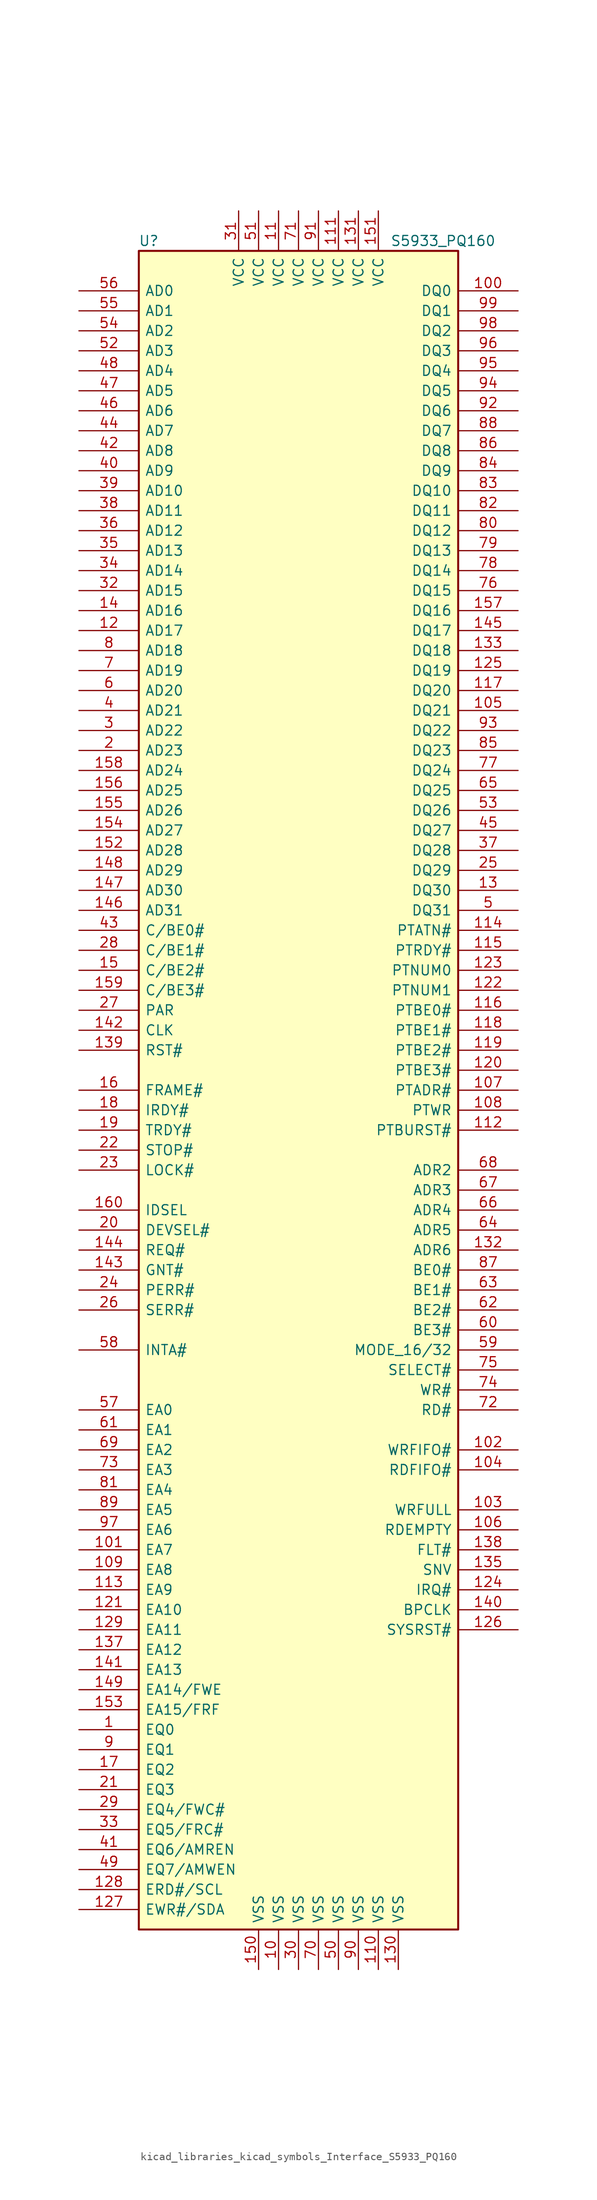
<source format=kicad_sym>
(kicad_symbol_lib
  (version 20220914)
  (generator kicad_symbol_editor)
  (symbol "kicad_libraries_kicad_symbols_Interface_S5933_PQ160"
    (pin_names
      (offset 0.762))
    (property "Reference" "U"
      (at -19.05 107.95 0)
      (effects (font (size 1.27 1.27))))
    (property "Value" "S5933_PQ160"
      (at 11.684 107.95 0)
      (effects (font (size 1.27 1.27)) (justify left)))
    (symbol "kicad_libraries_kicad_symbols_Interface_S5933_PQ160_0_0"
      (pin power_in line (at -2.54 -111.76 90) (length 5.08) (name "VSS" (effects (font (size 1.27 1.27)))) (number "10" (effects (font (size 1.27 1.27)))))
      (pin power_in line (at 10.16 -111.76 90) (length 5.08) (name "VSS" (effects (font (size 1.27 1.27)))) (number "110" (effects (font (size 1.27 1.27)))))
      (pin power_in line (at 5.08 111.76 270) (length 5.08) (name "VCC" (effects (font (size 1.27 1.27)))) (number "111" (effects (font (size 1.27 1.27)))))
      (pin power_in line (at 12.7 -111.76 90) (length 5.08) (name "VSS" (effects (font (size 1.27 1.27)))) (number "130" (effects (font (size 1.27 1.27)))))
      (pin power_in line (at 7.62 111.76 270) (length 5.08) (name "VCC" (effects (font (size 1.27 1.27)))) (number "131" (effects (font (size 1.27 1.27)))))
      (pin power_in line (at -5.08 -111.76 90) (length 5.08) (name "VSS" (effects (font (size 1.27 1.27)))) (number "150" (effects (font (size 1.27 1.27)))))
      (pin power_in line (at 10.16 111.76 270) (length 5.08) (name "VCC" (effects (font (size 1.27 1.27)))) (number "151" (effects (font (size 1.27 1.27)))))
      (pin power_in line (at 0 -111.76 90) (length 5.08) (name "VSS" (effects (font (size 1.27 1.27)))) (number "30" (effects (font (size 1.27 1.27)))))
      (pin power_in line (at -7.62 111.76 270) (length 5.08) (name "VCC" (effects (font (size 1.27 1.27)))) (number "31" (effects (font (size 1.27 1.27)))))
      (pin power_in line (at 5.08 -111.76 90) (length 5.08) (name "VSS" (effects (font (size 1.27 1.27)))) (number "50" (effects (font (size 1.27 1.27)))))
      (pin power_in line (at -5.08 111.76 270) (length 5.08) (name "VCC" (effects (font (size 1.27 1.27)))) (number "51" (effects (font (size 1.27 1.27)))))
      (pin power_in line (at 2.54 -111.76 90) (length 5.08) (name "VSS" (effects (font (size 1.27 1.27)))) (number "70" (effects (font (size 1.27 1.27)))))
      (pin power_in line (at 0 111.76 270) (length 5.08) (name "VCC" (effects (font (size 1.27 1.27)))) (number "71" (effects (font (size 1.27 1.27)))))
      (pin power_in line (at 7.62 -111.76 90) (length 5.08) (name "VSS" (effects (font (size 1.27 1.27)))) (number "90" (effects (font (size 1.27 1.27)))))
      (pin power_in line (at 2.54 111.76 270) (length 5.08) (name "VCC" (effects (font (size 1.27 1.27)))) (number "91" (effects (font (size 1.27 1.27))))))
    (symbol "kicad_libraries_kicad_symbols_Interface_S5933_PQ160_0_1"
      (rectangle (start -20.32 106.68) (end 20.32 -106.68) (stroke (width 0.254) (type default)) (fill (type background))))
    (symbol "kicad_libraries_kicad_symbols_Interface_S5933_PQ160_1_0"
      (pin power_in line (at -2.54 111.76 270) (length 5.08) (name "VCC" (effects (font (size 1.27 1.27)))) (number "11" (effects (font (size 1.27 1.27))))))
    (symbol "kicad_libraries_kicad_symbols_Interface_S5933_PQ160_1_1"
      (pin bidirectional line (at -27.94 -81.28 0) (length 7.62) (name "EQ0" (effects (font (size 1.27 1.27)))) (number "1" (effects (font (size 1.27 1.27)))))
      (pin bidirectional line (at 27.94 101.6 180) (length 7.62) (name "DQ0" (effects (font (size 1.27 1.27)))) (number "100" (effects (font (size 1.27 1.27)))))
      (pin bidirectional line (at -27.94 -58.42 0) (length 7.62) (name "EA7" (effects (font (size 1.27 1.27)))) (number "101" (effects (font (size 1.27 1.27)))))
      (pin input line (at 27.94 -45.72 180) (length 7.62) (name "WRFIFO#" (effects (font (size 1.27 1.27)))) (number "102" (effects (font (size 1.27 1.27)))))
      (pin output line (at 27.94 -53.34 180) (length 7.62) (name "WRFULL" (effects (font (size 1.27 1.27)))) (number "103" (effects (font (size 1.27 1.27)))))
      (pin input line (at 27.94 -48.26 180) (length 7.62) (name "RDFIFO#" (effects (font (size 1.27 1.27)))) (number "104" (effects (font (size 1.27 1.27)))))
      (pin bidirectional line (at 27.94 48.26 180) (length 7.62) (name "DQ21" (effects (font (size 1.27 1.27)))) (number "105" (effects (font (size 1.27 1.27)))))
      (pin output line (at 27.94 -55.88 180) (length 7.62) (name "RDEMPTY" (effects (font (size 1.27 1.27)))) (number "106" (effects (font (size 1.27 1.27)))))
      (pin input line (at 27.94 0 180) (length 7.62) (name "PTADR#" (effects (font (size 1.27 1.27)))) (number "107" (effects (font (size 1.27 1.27)))))
      (pin output line (at 27.94 -2.54 180) (length 7.62) (name "PTWR" (effects (font (size 1.27 1.27)))) (number "108" (effects (font (size 1.27 1.27)))))
      (pin bidirectional line (at -27.94 -60.96 0) (length 7.62) (name "EA8" (effects (font (size 1.27 1.27)))) (number "109" (effects (font (size 1.27 1.27)))))
      (pin output line (at 27.94 -5.08 180) (length 7.62) (name "PTBURST#" (effects (font (size 1.27 1.27)))) (number "112" (effects (font (size 1.27 1.27)))))
      (pin output line (at -27.94 -63.5 0) (length 7.62) (name "EA9" (effects (font (size 1.27 1.27)))) (number "113" (effects (font (size 1.27 1.27)))))
      (pin output line (at 27.94 20.32 180) (length 7.62) (name "PTATN#" (effects (font (size 1.27 1.27)))) (number "114" (effects (font (size 1.27 1.27)))))
      (pin input line (at 27.94 17.78 180) (length 7.62) (name "PTRDY#" (effects (font (size 1.27 1.27)))) (number "115" (effects (font (size 1.27 1.27)))))
      (pin output line (at 27.94 10.16 180) (length 7.62) (name "PTBE0#" (effects (font (size 1.27 1.27)))) (number "116" (effects (font (size 1.27 1.27)))))
      (pin bidirectional line (at 27.94 50.8 180) (length 7.62) (name "DQ20" (effects (font (size 1.27 1.27)))) (number "117" (effects (font (size 1.27 1.27)))))
      (pin output line (at 27.94 7.62 180) (length 7.62) (name "PTBE1#" (effects (font (size 1.27 1.27)))) (number "118" (effects (font (size 1.27 1.27)))))
      (pin output line (at 27.94 5.08 180) (length 7.62) (name "PTBE2#" (effects (font (size 1.27 1.27)))) (number "119" (effects (font (size 1.27 1.27)))))
      (pin bidirectional line (at -27.94 58.42 0) (length 7.62) (name "AD17" (effects (font (size 1.27 1.27)))) (number "12" (effects (font (size 1.27 1.27)))))
      (pin output line (at 27.94 2.54 180) (length 7.62) (name "PTBE3#" (effects (font (size 1.27 1.27)))) (number "120" (effects (font (size 1.27 1.27)))))
      (pin output line (at -27.94 -66.04 0) (length 7.62) (name "EA10" (effects (font (size 1.27 1.27)))) (number "121" (effects (font (size 1.27 1.27)))))
      (pin output line (at 27.94 12.7 180) (length 7.62) (name "PTNUM1" (effects (font (size 1.27 1.27)))) (number "122" (effects (font (size 1.27 1.27)))))
      (pin output line (at 27.94 15.24 180) (length 7.62) (name "PTNUM0" (effects (font (size 1.27 1.27)))) (number "123" (effects (font (size 1.27 1.27)))))
      (pin output line (at 27.94 -63.5 180) (length 7.62) (name "IRQ#" (effects (font (size 1.27 1.27)))) (number "124" (effects (font (size 1.27 1.27)))))
      (pin bidirectional line (at 27.94 53.34 180) (length 7.62) (name "DQ19" (effects (font (size 1.27 1.27)))) (number "125" (effects (font (size 1.27 1.27)))))
      (pin output line (at 27.94 -68.58 180) (length 7.62) (name "SYSRST#" (effects (font (size 1.27 1.27)))) (number "126" (effects (font (size 1.27 1.27)))))
      (pin bidirectional line (at -27.94 -104.14 0) (length 7.62) (name "EWR#/SDA" (effects (font (size 1.27 1.27)))) (number "127" (effects (font (size 1.27 1.27)))))
      (pin output line (at -27.94 -101.6 0) (length 7.62) (name "ERD#/SCL" (effects (font (size 1.27 1.27)))) (number "128" (effects (font (size 1.27 1.27)))))
      (pin output line (at -27.94 -68.58 0) (length 7.62) (name "EA11" (effects (font (size 1.27 1.27)))) (number "129" (effects (font (size 1.27 1.27)))))
      (pin bidirectional line (at 27.94 25.4 180) (length 7.62) (name "DQ30" (effects (font (size 1.27 1.27)))) (number "13" (effects (font (size 1.27 1.27)))))
      (pin input line (at 27.94 -20.32 180) (length 7.62) (name "ADR6" (effects (font (size 1.27 1.27)))) (number "132" (effects (font (size 1.27 1.27)))))
      (pin bidirectional line (at 27.94 55.88 180) (length 7.62) (name "DQ18" (effects (font (size 1.27 1.27)))) (number "133" (effects (font (size 1.27 1.27)))))
      (pin input line (at 27.94 -60.96 180) (length 7.62) (name "SNV" (effects (font (size 1.27 1.27)))) (number "135" (effects (font (size 1.27 1.27)))))
      (pin output line (at -27.94 -71.12 0) (length 7.62) (name "EA12" (effects (font (size 1.27 1.27)))) (number "137" (effects (font (size 1.27 1.27)))))
      (pin input line (at 27.94 -58.42 180) (length 7.62) (name "FLT#" (effects (font (size 1.27 1.27)))) (number "138" (effects (font (size 1.27 1.27)))))
      (pin input line (at -27.94 5.08 0) (length 7.62) (name "RST#" (effects (font (size 1.27 1.27)))) (number "139" (effects (font (size 1.27 1.27)))))
      (pin bidirectional line (at -27.94 60.96 0) (length 7.62) (name "AD16" (effects (font (size 1.27 1.27)))) (number "14" (effects (font (size 1.27 1.27)))))
      (pin output line (at 27.94 -66.04 180) (length 7.62) (name "BPCLK" (effects (font (size 1.27 1.27)))) (number "140" (effects (font (size 1.27 1.27)))))
      (pin output line (at -27.94 -73.66 0) (length 7.62) (name "EA13" (effects (font (size 1.27 1.27)))) (number "141" (effects (font (size 1.27 1.27)))))
      (pin input line (at -27.94 7.62 0) (length 7.62) (name "CLK" (effects (font (size 1.27 1.27)))) (number "142" (effects (font (size 1.27 1.27)))))
      (pin input line (at -27.94 -22.86 0) (length 7.62) (name "GNT#" (effects (font (size 1.27 1.27)))) (number "143" (effects (font (size 1.27 1.27)))))
      (pin output line (at -27.94 -20.32 0) (length 7.62) (name "REQ#" (effects (font (size 1.27 1.27)))) (number "144" (effects (font (size 1.27 1.27)))))
      (pin bidirectional line (at 27.94 58.42 180) (length 7.62) (name "DQ17" (effects (font (size 1.27 1.27)))) (number "145" (effects (font (size 1.27 1.27)))))
      (pin bidirectional line (at -27.94 22.86 0) (length 7.62) (name "AD31" (effects (font (size 1.27 1.27)))) (number "146" (effects (font (size 1.27 1.27)))))
      (pin bidirectional line (at -27.94 25.4 0) (length 7.62) (name "AD30" (effects (font (size 1.27 1.27)))) (number "147" (effects (font (size 1.27 1.27)))))
      (pin bidirectional line (at -27.94 27.94 0) (length 7.62) (name "AD29" (effects (font (size 1.27 1.27)))) (number "148" (effects (font (size 1.27 1.27)))))
      (pin bidirectional line (at -27.94 -76.2 0) (length 7.62) (name "EA14/FWE" (effects (font (size 1.27 1.27)))) (number "149" (effects (font (size 1.27 1.27)))))
      (pin bidirectional line (at -27.94 15.24 0) (length 7.62) (name "C/BE2#" (effects (font (size 1.27 1.27)))) (number "15" (effects (font (size 1.27 1.27)))))
      (pin bidirectional line (at -27.94 30.48 0) (length 7.62) (name "AD28" (effects (font (size 1.27 1.27)))) (number "152" (effects (font (size 1.27 1.27)))))
      (pin bidirectional line (at -27.94 -78.74 0) (length 7.62) (name "EA15/FRF" (effects (font (size 1.27 1.27)))) (number "153" (effects (font (size 1.27 1.27)))))
      (pin bidirectional line (at -27.94 33.02 0) (length 7.62) (name "AD27" (effects (font (size 1.27 1.27)))) (number "154" (effects (font (size 1.27 1.27)))))
      (pin bidirectional line (at -27.94 35.56 0) (length 7.62) (name "AD26" (effects (font (size 1.27 1.27)))) (number "155" (effects (font (size 1.27 1.27)))))
      (pin bidirectional line (at -27.94 38.1 0) (length 7.62) (name "AD25" (effects (font (size 1.27 1.27)))) (number "156" (effects (font (size 1.27 1.27)))))
      (pin bidirectional line (at 27.94 60.96 180) (length 7.62) (name "DQ16" (effects (font (size 1.27 1.27)))) (number "157" (effects (font (size 1.27 1.27)))))
      (pin bidirectional line (at -27.94 40.64 0) (length 7.62) (name "AD24" (effects (font (size 1.27 1.27)))) (number "158" (effects (font (size 1.27 1.27)))))
      (pin bidirectional line (at -27.94 12.7 0) (length 7.62) (name "C/BE3#" (effects (font (size 1.27 1.27)))) (number "159" (effects (font (size 1.27 1.27)))))
      (pin bidirectional line (at -27.94 0 0) (length 7.62) (name "FRAME#" (effects (font (size 1.27 1.27)))) (number "16" (effects (font (size 1.27 1.27)))))
      (pin input line (at -27.94 -15.24 0) (length 7.62) (name "IDSEL" (effects (font (size 1.27 1.27)))) (number "160" (effects (font (size 1.27 1.27)))))
      (pin bidirectional line (at -27.94 -86.36 0) (length 7.62) (name "EQ2" (effects (font (size 1.27 1.27)))) (number "17" (effects (font (size 1.27 1.27)))))
      (pin bidirectional line (at -27.94 -2.54 0) (length 7.62) (name "IRDY#" (effects (font (size 1.27 1.27)))) (number "18" (effects (font (size 1.27 1.27)))))
      (pin bidirectional line (at -27.94 -5.08 0) (length 7.62) (name "TRDY#" (effects (font (size 1.27 1.27)))) (number "19" (effects (font (size 1.27 1.27)))))
      (pin bidirectional line (at -27.94 43.18 0) (length 7.62) (name "AD23" (effects (font (size 1.27 1.27)))) (number "2" (effects (font (size 1.27 1.27)))))
      (pin bidirectional line (at -27.94 -17.78 0) (length 7.62) (name "DEVSEL#" (effects (font (size 1.27 1.27)))) (number "20" (effects (font (size 1.27 1.27)))))
      (pin bidirectional line (at -27.94 -88.9 0) (length 7.62) (name "EQ3" (effects (font (size 1.27 1.27)))) (number "21" (effects (font (size 1.27 1.27)))))
      (pin bidirectional line (at -27.94 -7.62 0) (length 7.62) (name "STOP#" (effects (font (size 1.27 1.27)))) (number "22" (effects (font (size 1.27 1.27)))))
      (pin input line (at -27.94 -10.16 0) (length 7.62) (name "LOCK#" (effects (font (size 1.27 1.27)))) (number "23" (effects (font (size 1.27 1.27)))))
      (pin bidirectional line (at -27.94 -25.4 0) (length 7.62) (name "PERR#" (effects (font (size 1.27 1.27)))) (number "24" (effects (font (size 1.27 1.27)))))
      (pin bidirectional line (at 27.94 27.94 180) (length 7.62) (name "DQ29" (effects (font (size 1.27 1.27)))) (number "25" (effects (font (size 1.27 1.27)))))
      (pin output line (at -27.94 -27.94 0) (length 7.62) (name "SERR#" (effects (font (size 1.27 1.27)))) (number "26" (effects (font (size 1.27 1.27)))))
      (pin bidirectional line (at -27.94 10.16 0) (length 7.62) (name "PAR" (effects (font (size 1.27 1.27)))) (number "27" (effects (font (size 1.27 1.27)))))
      (pin bidirectional line (at -27.94 17.78 0) (length 7.62) (name "C/BE1#" (effects (font (size 1.27 1.27)))) (number "28" (effects (font (size 1.27 1.27)))))
      (pin bidirectional line (at -27.94 -91.44 0) (length 7.62) (name "EQ4/FWC#" (effects (font (size 1.27 1.27)))) (number "29" (effects (font (size 1.27 1.27)))))
      (pin bidirectional line (at -27.94 45.72 0) (length 7.62) (name "AD22" (effects (font (size 1.27 1.27)))) (number "3" (effects (font (size 1.27 1.27)))))
      (pin bidirectional line (at -27.94 63.5 0) (length 7.62) (name "AD15" (effects (font (size 1.27 1.27)))) (number "32" (effects (font (size 1.27 1.27)))))
      (pin bidirectional line (at -27.94 -93.98 0) (length 7.62) (name "EQ5/FRC#" (effects (font (size 1.27 1.27)))) (number "33" (effects (font (size 1.27 1.27)))))
      (pin bidirectional line (at -27.94 66.04 0) (length 7.62) (name "AD14" (effects (font (size 1.27 1.27)))) (number "34" (effects (font (size 1.27 1.27)))))
      (pin bidirectional line (at -27.94 68.58 0) (length 7.62) (name "AD13" (effects (font (size 1.27 1.27)))) (number "35" (effects (font (size 1.27 1.27)))))
      (pin bidirectional line (at -27.94 71.12 0) (length 7.62) (name "AD12" (effects (font (size 1.27 1.27)))) (number "36" (effects (font (size 1.27 1.27)))))
      (pin bidirectional line (at 27.94 30.48 180) (length 7.62) (name "DQ28" (effects (font (size 1.27 1.27)))) (number "37" (effects (font (size 1.27 1.27)))))
      (pin bidirectional line (at -27.94 73.66 0) (length 7.62) (name "AD11" (effects (font (size 1.27 1.27)))) (number "38" (effects (font (size 1.27 1.27)))))
      (pin bidirectional line (at -27.94 76.2 0) (length 7.62) (name "AD10" (effects (font (size 1.27 1.27)))) (number "39" (effects (font (size 1.27 1.27)))))
      (pin bidirectional line (at -27.94 48.26 0) (length 7.62) (name "AD21" (effects (font (size 1.27 1.27)))) (number "4" (effects (font (size 1.27 1.27)))))
      (pin bidirectional line (at -27.94 78.74 0) (length 7.62) (name "AD9" (effects (font (size 1.27 1.27)))) (number "40" (effects (font (size 1.27 1.27)))))
      (pin bidirectional line (at -27.94 -96.52 0) (length 7.62) (name "EQ6/AMREN" (effects (font (size 1.27 1.27)))) (number "41" (effects (font (size 1.27 1.27)))))
      (pin bidirectional line (at -27.94 81.28 0) (length 7.62) (name "AD8" (effects (font (size 1.27 1.27)))) (number "42" (effects (font (size 1.27 1.27)))))
      (pin bidirectional line (at -27.94 20.32 0) (length 7.62) (name "C/BE0#" (effects (font (size 1.27 1.27)))) (number "43" (effects (font (size 1.27 1.27)))))
      (pin bidirectional line (at -27.94 83.82 0) (length 7.62) (name "AD7" (effects (font (size 1.27 1.27)))) (number "44" (effects (font (size 1.27 1.27)))))
      (pin bidirectional line (at 27.94 33.02 180) (length 7.62) (name "DQ27" (effects (font (size 1.27 1.27)))) (number "45" (effects (font (size 1.27 1.27)))))
      (pin bidirectional line (at -27.94 86.36 0) (length 7.62) (name "AD6" (effects (font (size 1.27 1.27)))) (number "46" (effects (font (size 1.27 1.27)))))
      (pin bidirectional line (at -27.94 88.9 0) (length 7.62) (name "AD5" (effects (font (size 1.27 1.27)))) (number "47" (effects (font (size 1.27 1.27)))))
      (pin bidirectional line (at -27.94 91.44 0) (length 7.62) (name "AD4" (effects (font (size 1.27 1.27)))) (number "48" (effects (font (size 1.27 1.27)))))
      (pin bidirectional line (at -27.94 -99.06 0) (length 7.62) (name "EQ7/AMWEN" (effects (font (size 1.27 1.27)))) (number "49" (effects (font (size 1.27 1.27)))))
      (pin bidirectional line (at 27.94 22.86 180) (length 7.62) (name "DQ31" (effects (font (size 1.27 1.27)))) (number "5" (effects (font (size 1.27 1.27)))))
      (pin bidirectional line (at -27.94 93.98 0) (length 7.62) (name "AD3" (effects (font (size 1.27 1.27)))) (number "52" (effects (font (size 1.27 1.27)))))
      (pin bidirectional line (at 27.94 35.56 180) (length 7.62) (name "DQ26" (effects (font (size 1.27 1.27)))) (number "53" (effects (font (size 1.27 1.27)))))
      (pin bidirectional line (at -27.94 96.52 0) (length 7.62) (name "AD2" (effects (font (size 1.27 1.27)))) (number "54" (effects (font (size 1.27 1.27)))))
      (pin bidirectional line (at -27.94 99.06 0) (length 7.62) (name "AD1" (effects (font (size 1.27 1.27)))) (number "55" (effects (font (size 1.27 1.27)))))
      (pin bidirectional line (at -27.94 101.6 0) (length 7.62) (name "AD0" (effects (font (size 1.27 1.27)))) (number "56" (effects (font (size 1.27 1.27)))))
      (pin bidirectional line (at -27.94 -40.64 0) (length 7.62) (name "EA0" (effects (font (size 1.27 1.27)))) (number "57" (effects (font (size 1.27 1.27)))))
      (pin output line (at -27.94 -33.02 0) (length 7.62) (name "INTA#" (effects (font (size 1.27 1.27)))) (number "58" (effects (font (size 1.27 1.27)))))
      (pin input line (at 27.94 -33.02 180) (length 7.62) (name "MODE_16/32" (effects (font (size 1.27 1.27)))) (number "59" (effects (font (size 1.27 1.27)))))
      (pin bidirectional line (at -27.94 50.8 0) (length 7.62) (name "AD20" (effects (font (size 1.27 1.27)))) (number "6" (effects (font (size 1.27 1.27)))))
      (pin input line (at 27.94 -30.48 180) (length 7.62) (name "BE3#" (effects (font (size 1.27 1.27)))) (number "60" (effects (font (size 1.27 1.27)))))
      (pin bidirectional line (at -27.94 -43.18 0) (length 7.62) (name "EA1" (effects (font (size 1.27 1.27)))) (number "61" (effects (font (size 1.27 1.27)))))
      (pin input line (at 27.94 -27.94 180) (length 7.62) (name "BE2#" (effects (font (size 1.27 1.27)))) (number "62" (effects (font (size 1.27 1.27)))))
      (pin input line (at 27.94 -25.4 180) (length 7.62) (name "BE1#" (effects (font (size 1.27 1.27)))) (number "63" (effects (font (size 1.27 1.27)))))
      (pin input line (at 27.94 -17.78 180) (length 7.62) (name "ADR5" (effects (font (size 1.27 1.27)))) (number "64" (effects (font (size 1.27 1.27)))))
      (pin bidirectional line (at 27.94 38.1 180) (length 7.62) (name "DQ25" (effects (font (size 1.27 1.27)))) (number "65" (effects (font (size 1.27 1.27)))))
      (pin input line (at 27.94 -15.24 180) (length 7.62) (name "ADR4" (effects (font (size 1.27 1.27)))) (number "66" (effects (font (size 1.27 1.27)))))
      (pin input line (at 27.94 -12.7 180) (length 7.62) (name "ADR3" (effects (font (size 1.27 1.27)))) (number "67" (effects (font (size 1.27 1.27)))))
      (pin input line (at 27.94 -10.16 180) (length 7.62) (name "ADR2" (effects (font (size 1.27 1.27)))) (number "68" (effects (font (size 1.27 1.27)))))
      (pin bidirectional line (at -27.94 -45.72 0) (length 7.62) (name "EA2" (effects (font (size 1.27 1.27)))) (number "69" (effects (font (size 1.27 1.27)))))
      (pin bidirectional line (at -27.94 53.34 0) (length 7.62) (name "AD19" (effects (font (size 1.27 1.27)))) (number "7" (effects (font (size 1.27 1.27)))))
      (pin input line (at 27.94 -40.64 180) (length 7.62) (name "RD#" (effects (font (size 1.27 1.27)))) (number "72" (effects (font (size 1.27 1.27)))))
      (pin bidirectional line (at -27.94 -48.26 0) (length 7.62) (name "EA3" (effects (font (size 1.27 1.27)))) (number "73" (effects (font (size 1.27 1.27)))))
      (pin input line (at 27.94 -38.1 180) (length 7.62) (name "WR#" (effects (font (size 1.27 1.27)))) (number "74" (effects (font (size 1.27 1.27)))))
      (pin input line (at 27.94 -35.56 180) (length 7.62) (name "SELECT#" (effects (font (size 1.27 1.27)))) (number "75" (effects (font (size 1.27 1.27)))))
      (pin bidirectional line (at 27.94 63.5 180) (length 7.62) (name "DQ15" (effects (font (size 1.27 1.27)))) (number "76" (effects (font (size 1.27 1.27)))))
      (pin bidirectional line (at 27.94 40.64 180) (length 7.62) (name "DQ24" (effects (font (size 1.27 1.27)))) (number "77" (effects (font (size 1.27 1.27)))))
      (pin bidirectional line (at 27.94 66.04 180) (length 7.62) (name "DQ14" (effects (font (size 1.27 1.27)))) (number "78" (effects (font (size 1.27 1.27)))))
      (pin bidirectional line (at 27.94 68.58 180) (length 7.62) (name "DQ13" (effects (font (size 1.27 1.27)))) (number "79" (effects (font (size 1.27 1.27)))))
      (pin bidirectional line (at -27.94 55.88 0) (length 7.62) (name "AD18" (effects (font (size 1.27 1.27)))) (number "8" (effects (font (size 1.27 1.27)))))
      (pin bidirectional line (at 27.94 71.12 180) (length 7.62) (name "DQ12" (effects (font (size 1.27 1.27)))) (number "80" (effects (font (size 1.27 1.27)))))
      (pin bidirectional line (at -27.94 -50.8 0) (length 7.62) (name "EA4" (effects (font (size 1.27 1.27)))) (number "81" (effects (font (size 1.27 1.27)))))
      (pin bidirectional line (at 27.94 73.66 180) (length 7.62) (name "DQ11" (effects (font (size 1.27 1.27)))) (number "82" (effects (font (size 1.27 1.27)))))
      (pin bidirectional line (at 27.94 76.2 180) (length 7.62) (name "DQ10" (effects (font (size 1.27 1.27)))) (number "83" (effects (font (size 1.27 1.27)))))
      (pin bidirectional line (at 27.94 78.74 180) (length 7.62) (name "DQ9" (effects (font (size 1.27 1.27)))) (number "84" (effects (font (size 1.27 1.27)))))
      (pin bidirectional line (at 27.94 43.18 180) (length 7.62) (name "DQ23" (effects (font (size 1.27 1.27)))) (number "85" (effects (font (size 1.27 1.27)))))
      (pin bidirectional line (at 27.94 81.28 180) (length 7.62) (name "DQ8" (effects (font (size 1.27 1.27)))) (number "86" (effects (font (size 1.27 1.27)))))
      (pin input line (at 27.94 -22.86 180) (length 7.62) (name "BE0#" (effects (font (size 1.27 1.27)))) (number "87" (effects (font (size 1.27 1.27)))))
      (pin bidirectional line (at 27.94 83.82 180) (length 7.62) (name "DQ7" (effects (font (size 1.27 1.27)))) (number "88" (effects (font (size 1.27 1.27)))))
      (pin bidirectional line (at -27.94 -53.34 0) (length 7.62) (name "EA5" (effects (font (size 1.27 1.27)))) (number "89" (effects (font (size 1.27 1.27)))))
      (pin bidirectional line (at -27.94 -83.82 0) (length 7.62) (name "EQ1" (effects (font (size 1.27 1.27)))) (number "9" (effects (font (size 1.27 1.27)))))
      (pin bidirectional line (at 27.94 86.36 180) (length 7.62) (name "DQ6" (effects (font (size 1.27 1.27)))) (number "92" (effects (font (size 1.27 1.27)))))
      (pin bidirectional line (at 27.94 45.72 180) (length 7.62) (name "DQ22" (effects (font (size 1.27 1.27)))) (number "93" (effects (font (size 1.27 1.27)))))
      (pin bidirectional line (at 27.94 88.9 180) (length 7.62) (name "DQ5" (effects (font (size 1.27 1.27)))) (number "94" (effects (font (size 1.27 1.27)))))
      (pin bidirectional line (at 27.94 91.44 180) (length 7.62) (name "DQ4" (effects (font (size 1.27 1.27)))) (number "95" (effects (font (size 1.27 1.27)))))
      (pin bidirectional line (at 27.94 93.98 180) (length 7.62) (name "DQ3" (effects (font (size 1.27 1.27)))) (number "96" (effects (font (size 1.27 1.27)))))
      (pin bidirectional line (at -27.94 -55.88 0) (length 7.62) (name "EA6" (effects (font (size 1.27 1.27)))) (number "97" (effects (font (size 1.27 1.27)))))
      (pin bidirectional line (at 27.94 96.52 180) (length 7.62) (name "DQ2" (effects (font (size 1.27 1.27)))) (number "98" (effects (font (size 1.27 1.27)))))
      (pin bidirectional line (at 27.94 99.06 180) (length 7.62) (name "DQ1" (effects (font (size 1.27 1.27)))) (number "99" (effects (font (size 1.27 1.27))))))))
</source>
